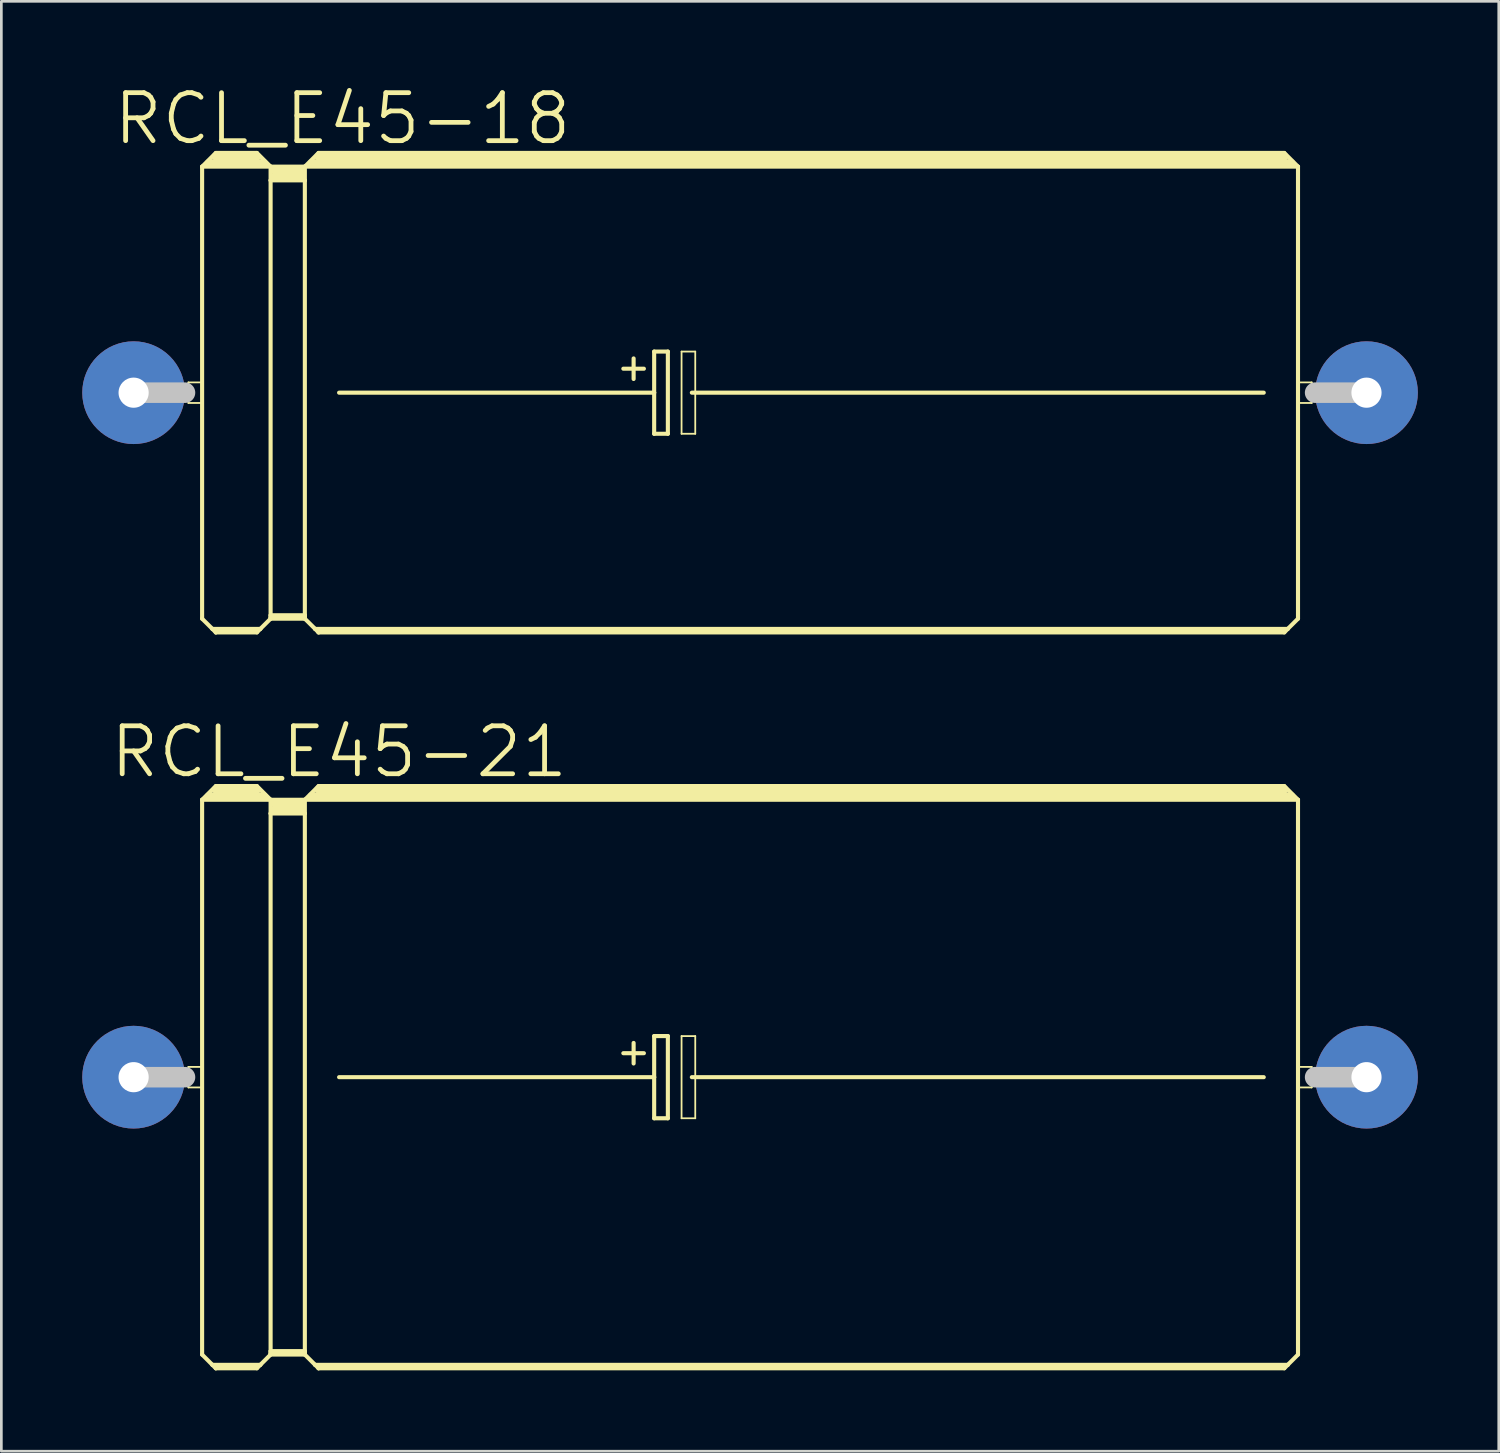
<source format=kicad_pcb>
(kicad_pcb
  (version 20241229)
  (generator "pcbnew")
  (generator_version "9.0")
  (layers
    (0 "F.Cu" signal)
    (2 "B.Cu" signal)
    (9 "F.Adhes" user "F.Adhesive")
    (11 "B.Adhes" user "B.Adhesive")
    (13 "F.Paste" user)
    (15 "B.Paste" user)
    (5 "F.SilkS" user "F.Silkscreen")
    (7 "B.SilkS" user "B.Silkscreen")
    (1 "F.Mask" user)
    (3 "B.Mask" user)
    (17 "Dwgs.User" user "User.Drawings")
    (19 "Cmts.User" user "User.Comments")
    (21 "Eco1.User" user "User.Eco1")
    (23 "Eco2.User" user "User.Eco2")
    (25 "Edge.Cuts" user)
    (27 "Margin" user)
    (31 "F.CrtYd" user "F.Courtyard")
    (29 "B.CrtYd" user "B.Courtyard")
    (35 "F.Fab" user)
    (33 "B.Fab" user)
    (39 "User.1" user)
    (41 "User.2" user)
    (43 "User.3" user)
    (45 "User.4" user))
  (footprint "RCL_E45-18"
    (layer "F.Cu")
    (at 24.765 11.512)
    (property "Reference" "RCL_E45-18" (at -15.113 -10.16 0) (layer "F.SilkS") (effects (font (size 1.778 1.778) (thickness 0.178))))
    (attr exclude_from_pos_files exclude_from_bom)
    (fp_line (start -20.828 -0.381) (end -20.32 -0.381) (stroke (width 0.066) (type solid)) (layer "F.SilkS"))
    (fp_line (start -20.828 0.381) (end -20.828 -0.381) (stroke (width 0.066) (type solid)) (layer "F.SilkS"))
    (fp_line (start -20.828 0.381) (end -20.32 0.381) (stroke (width 0.066) (type solid)) (layer "F.SilkS"))
    (fp_line (start -20.32 -8.382) (end -20.32 8.382) (stroke (width 0.152) (type solid)) (layer "F.SilkS"))
    (fp_line (start -20.32 -8.382) (end -19.812 -8.89) (stroke (width 0.152) (type solid)) (layer "F.SilkS"))
    (fp_line (start -20.32 -8.382) (end -17.78 -8.382) (stroke (width 0.152) (type solid)) (layer "F.SilkS"))
    (fp_line (start -20.32 0.381) (end -20.32 -0.381) (stroke (width 0.066) (type solid)) (layer "F.SilkS"))
    (fp_line (start -20.32 8.382) (end -19.939 8.76) (stroke (width 0.152) (type solid)) (layer "F.SilkS"))
    (fp_line (start -20.066 -8.509) (end -18.034 -8.509) (stroke (width 0.305) (type solid)) (layer "F.SilkS"))
    (fp_line (start -19.939 8.76) (end -19.812 8.89) (stroke (width 0.152) (type solid)) (layer "F.SilkS"))
    (fp_line (start -19.939 8.76) (end -18.161 8.76) (stroke (width 0.152) (type solid)) (layer "F.SilkS"))
    (fp_line (start -19.812 -8.89) (end -18.288 -8.89) (stroke (width 0.152) (type solid)) (layer "F.SilkS"))
    (fp_line (start -19.812 -8.76) (end -18.288 -8.76) (stroke (width 0.305) (type solid)) (layer "F.SilkS"))
    (fp_line (start -19.812 8.837) (end -18.288 8.837) (stroke (width 0.152) (type solid)) (layer "F.SilkS"))
    (fp_line (start -19.812 8.89) (end -19.812 8.837) (stroke (width 0.152) (type solid)) (layer "F.SilkS"))
    (fp_line (start -19.812 8.89) (end -18.288 8.89) (stroke (width 0.152) (type solid)) (layer "F.SilkS"))
    (fp_line (start -18.288 -8.89) (end -17.78 -8.382) (stroke (width 0.152) (type solid)) (layer "F.SilkS"))
    (fp_line (start -18.288 8.89) (end -18.161 8.76) (stroke (width 0.152) (type solid)) (layer "F.SilkS"))
    (fp_line (start -18.161 8.76) (end -17.78 8.382) (stroke (width 0.152) (type solid)) (layer "F.SilkS"))
    (fp_line (start -17.78 -8.382) (end -16.51 -8.382) (stroke (width 0.152) (type solid)) (layer "F.SilkS"))
    (fp_line (start -17.78 -7.874) (end -17.78 -8.382) (stroke (width 0.152) (type solid)) (layer "F.SilkS"))
    (fp_line (start -17.78 -7.874) (end -16.51 -7.874) (stroke (width 0.152) (type solid)) (layer "F.SilkS"))
    (fp_line (start -17.78 8.255) (end -17.78 -7.874) (stroke (width 0.152) (type solid)) (layer "F.SilkS"))
    (fp_line (start -17.78 8.255) (end -16.51 8.255) (stroke (width 0.152) (type solid)) (layer "F.SilkS"))
    (fp_line (start -17.78 8.331) (end -17.78 8.255) (stroke (width 0.152) (type solid)) (layer "F.SilkS"))
    (fp_line (start -17.78 8.331) (end -16.51 8.331) (stroke (width 0.152) (type solid)) (layer "F.SilkS"))
    (fp_line (start -17.78 8.382) (end -17.78 8.331) (stroke (width 0.152) (type solid)) (layer "F.SilkS"))
    (fp_line (start -17.78 8.382) (end -16.51 8.382) (stroke (width 0.152) (type solid)) (layer "F.SilkS"))
    (fp_line (start -17.65 -8.255) (end -16.637 -8.255) (stroke (width 0.305) (type solid)) (layer "F.SilkS"))
    (fp_line (start -17.65 -8.001) (end -16.637 -8.001) (stroke (width 0.305) (type solid)) (layer "F.SilkS"))
    (fp_line (start -16.51 -8.382) (end -16.002 -8.89) (stroke (width 0.152) (type solid)) (layer "F.SilkS"))
    (fp_line (start -16.51 -8.382) (end 20.32 -8.382) (stroke (width 0.152) (type solid)) (layer "F.SilkS"))
    (fp_line (start -16.51 -7.874) (end -16.51 -8.382) (stroke (width 0.152) (type solid)) (layer "F.SilkS"))
    (fp_line (start -16.51 8.255) (end -16.51 -7.874) (stroke (width 0.152) (type solid)) (layer "F.SilkS"))
    (fp_line (start -16.51 8.331) (end -16.51 8.255) (stroke (width 0.152) (type solid)) (layer "F.SilkS"))
    (fp_line (start -16.51 8.382) (end -16.51 8.331) (stroke (width 0.152) (type solid)) (layer "F.SilkS"))
    (fp_line (start -16.51 8.382) (end -16.129 8.76) (stroke (width 0.152) (type solid)) (layer "F.SilkS"))
    (fp_line (start -16.256 -8.509) (end 20.066 -8.509) (stroke (width 0.305) (type solid)) (layer "F.SilkS"))
    (fp_line (start -16.129 8.76) (end -16.002 8.89) (stroke (width 0.152) (type solid)) (layer "F.SilkS"))
    (fp_line (start -16.129 8.76) (end 19.939 8.76) (stroke (width 0.152) (type solid)) (layer "F.SilkS"))
    (fp_line (start -16.002 -8.89) (end 19.812 -8.89) (stroke (width 0.152) (type solid)) (layer "F.SilkS"))
    (fp_line (start -16.002 -8.76) (end 19.812 -8.76) (stroke (width 0.305) (type solid)) (layer "F.SilkS"))
    (fp_line (start -16.002 8.837) (end 19.812 8.837) (stroke (width 0.152) (type solid)) (layer "F.SilkS"))
    (fp_line (start -16.002 8.89) (end -16.002 8.837) (stroke (width 0.152) (type solid)) (layer "F.SilkS"))
    (fp_line (start -16.002 8.89) (end 19.812 8.89) (stroke (width 0.152) (type solid)) (layer "F.SilkS"))
    (fp_line (start -15.24 0) (end -3.556 0) (stroke (width 0.152) (type solid)) (layer "F.SilkS"))
    (fp_line (start -4.699 -0.889) (end -3.937 -0.889) (stroke (width 0.152) (type solid)) (layer "F.SilkS"))
    (fp_line (start -4.318 -1.27) (end -4.318 -0.508) (stroke (width 0.152) (type solid)) (layer "F.SilkS"))
    (fp_line (start -3.556 -1.524) (end -3.556 0) (stroke (width 0.152) (type solid)) (layer "F.SilkS"))
    (fp_line (start -3.556 0) (end -3.556 1.524) (stroke (width 0.152) (type solid)) (layer "F.SilkS"))
    (fp_line (start -3.556 1.524) (end -3.048 1.524) (stroke (width 0.152) (type solid)) (layer "F.SilkS"))
    (fp_line (start -3.048 -1.524) (end -3.556 -1.524) (stroke (width 0.152) (type solid)) (layer "F.SilkS"))
    (fp_line (start -3.048 1.524) (end -3.048 -1.524) (stroke (width 0.152) (type solid)) (layer "F.SilkS"))
    (fp_line (start -2.54 -1.524) (end -2.032 -1.524) (stroke (width 0.066) (type solid)) (layer "F.SilkS"))
    (fp_line (start -2.54 1.524) (end -2.54 -1.524) (stroke (width 0.066) (type solid)) (layer "F.SilkS"))
    (fp_line (start -2.54 1.524) (end -2.032 1.524) (stroke (width 0.066) (type solid)) (layer "F.SilkS"))
    (fp_line (start -2.159 0) (end 19.05 0) (stroke (width 0.152) (type solid)) (layer "F.SilkS"))
    (fp_line (start -2.032 1.524) (end -2.032 -1.524) (stroke (width 0.066) (type solid)) (layer "F.SilkS"))
    (fp_line (start 19.812 -8.89) (end 20.32 -8.382) (stroke (width 0.152) (type solid)) (layer "F.SilkS"))
    (fp_line (start 19.812 8.89) (end 19.939 8.76) (stroke (width 0.152) (type solid)) (layer "F.SilkS"))
    (fp_line (start 19.939 8.76) (end 20.32 8.382) (stroke (width 0.152) (type solid)) (layer "F.SilkS"))
    (fp_line (start 20.32 -8.382) (end 20.32 8.382) (stroke (width 0.152) (type solid)) (layer "F.SilkS"))
    (fp_line (start 20.32 -0.381) (end 20.828 -0.381) (stroke (width 0.066) (type solid)) (layer "F.SilkS"))
    (fp_line (start 20.32 0.381) (end 20.32 -0.381) (stroke (width 0.066) (type solid)) (layer "F.SilkS"))
    (fp_line (start 20.32 0.381) (end 20.828 0.381) (stroke (width 0.066) (type solid)) (layer "F.SilkS"))
    (fp_line (start 20.828 0.381) (end 20.828 -0.381) (stroke (width 0.066) (type solid)) (layer "F.SilkS"))
    (fp_line (start -22.86 0) (end -20.955 0) (stroke (width 0.762) (type solid)) (layer "Dwgs.User"))
    (fp_line (start 22.86 0) (end 20.955 0) (stroke (width 0.762) (type solid)) (layer "Dwgs.User"))
    (pad "+" thru_hole circle (at -22.86 0) (size 3.81 3.81) (drill 1.118) (layers "*.Cu" "*.Paste" "*.Mask"))
    (pad "-" thru_hole circle (at 22.86 0) (size 3.81 3.81) (drill 1.118) (layers "*.Cu" "*.Paste" "*.Mask")))
  (footprint "RCL_E45-21"
    (layer "F.Cu")
    (at 24.765 36.896)
    (property "Reference" "RCL_E45-21" (at -15.24 -12.065 0) (layer "F.SilkS") (effects (font (size 1.778 1.778) (thickness 0.178))))
    (attr exclude_from_pos_files exclude_from_bom)
    (fp_line (start -20.828 -0.381) (end -20.32 -0.381) (stroke (width 0.066) (type solid)) (layer "F.SilkS"))
    (fp_line (start -20.828 0.381) (end -20.828 -0.381) (stroke (width 0.066) (type solid)) (layer "F.SilkS"))
    (fp_line (start -20.828 0.381) (end -20.32 0.381) (stroke (width 0.066) (type solid)) (layer "F.SilkS"))
    (fp_line (start -20.32 -10.287) (end -20.32 10.287) (stroke (width 0.152) (type solid)) (layer "F.SilkS"))
    (fp_line (start -20.32 -10.287) (end -19.812 -10.795) (stroke (width 0.152) (type solid)) (layer "F.SilkS"))
    (fp_line (start -20.32 -10.287) (end -17.78 -10.287) (stroke (width 0.152) (type solid)) (layer "F.SilkS"))
    (fp_line (start -20.32 0.381) (end -20.32 -0.381) (stroke (width 0.066) (type solid)) (layer "F.SilkS"))
    (fp_line (start -20.32 10.287) (end -19.939 10.668) (stroke (width 0.152) (type solid)) (layer "F.SilkS"))
    (fp_line (start -20.066 -10.414) (end -18.034 -10.414) (stroke (width 0.305) (type solid)) (layer "F.SilkS"))
    (fp_line (start -19.939 10.668) (end -19.812 10.795) (stroke (width 0.152) (type solid)) (layer "F.SilkS"))
    (fp_line (start -19.939 10.668) (end -18.161 10.668) (stroke (width 0.152) (type solid)) (layer "F.SilkS"))
    (fp_line (start -19.812 -10.795) (end -18.288 -10.795) (stroke (width 0.152) (type solid)) (layer "F.SilkS"))
    (fp_line (start -19.812 -10.668) (end -18.288 -10.668) (stroke (width 0.305) (type solid)) (layer "F.SilkS"))
    (fp_line (start -19.812 10.744) (end -18.288 10.744) (stroke (width 0.152) (type solid)) (layer "F.SilkS"))
    (fp_line (start -19.812 10.795) (end -19.812 10.744) (stroke (width 0.152) (type solid)) (layer "F.SilkS"))
    (fp_line (start -19.812 10.795) (end -18.288 10.795) (stroke (width 0.152) (type solid)) (layer "F.SilkS"))
    (fp_line (start -18.288 -10.795) (end -17.78 -10.287) (stroke (width 0.152) (type solid)) (layer "F.SilkS"))
    (fp_line (start -18.288 10.795) (end -18.161 10.668) (stroke (width 0.152) (type solid)) (layer "F.SilkS"))
    (fp_line (start -18.161 10.668) (end -17.78 10.287) (stroke (width 0.152) (type solid)) (layer "F.SilkS"))
    (fp_line (start -17.78 -10.287) (end -16.51 -10.287) (stroke (width 0.152) (type solid)) (layer "F.SilkS"))
    (fp_line (start -17.78 -9.779) (end -17.78 -10.287) (stroke (width 0.152) (type solid)) (layer "F.SilkS"))
    (fp_line (start -17.78 -9.779) (end -16.51 -9.779) (stroke (width 0.152) (type solid)) (layer "F.SilkS"))
    (fp_line (start -17.78 10.16) (end -17.78 -9.779) (stroke (width 0.152) (type solid)) (layer "F.SilkS"))
    (fp_line (start -17.78 10.16) (end -16.51 10.16) (stroke (width 0.152) (type solid)) (layer "F.SilkS"))
    (fp_line (start -17.78 10.236) (end -17.78 10.16) (stroke (width 0.152) (type solid)) (layer "F.SilkS"))
    (fp_line (start -17.78 10.236) (end -16.51 10.236) (stroke (width 0.152) (type solid)) (layer "F.SilkS"))
    (fp_line (start -17.78 10.287) (end -17.78 10.236) (stroke (width 0.152) (type solid)) (layer "F.SilkS"))
    (fp_line (start -17.78 10.287) (end -16.51 10.287) (stroke (width 0.152) (type solid)) (layer "F.SilkS"))
    (fp_line (start -17.65 -10.16) (end -16.637 -10.16) (stroke (width 0.305) (type solid)) (layer "F.SilkS"))
    (fp_line (start -17.65 -9.906) (end -16.637 -9.906) (stroke (width 0.305) (type solid)) (layer "F.SilkS"))
    (fp_line (start -16.51 -10.287) (end -16.002 -10.795) (stroke (width 0.152) (type solid)) (layer "F.SilkS"))
    (fp_line (start -16.51 -10.287) (end 20.32 -10.287) (stroke (width 0.152) (type solid)) (layer "F.SilkS"))
    (fp_line (start -16.51 -9.779) (end -16.51 -10.287) (stroke (width 0.152) (type solid)) (layer "F.SilkS"))
    (fp_line (start -16.51 10.16) (end -16.51 -9.779) (stroke (width 0.152) (type solid)) (layer "F.SilkS"))
    (fp_line (start -16.51 10.236) (end -16.51 10.16) (stroke (width 0.152) (type solid)) (layer "F.SilkS"))
    (fp_line (start -16.51 10.287) (end -16.51 10.236) (stroke (width 0.152) (type solid)) (layer "F.SilkS"))
    (fp_line (start -16.51 10.287) (end -16.129 10.668) (stroke (width 0.152) (type solid)) (layer "F.SilkS"))
    (fp_line (start -16.256 -10.414) (end 20.066 -10.414) (stroke (width 0.305) (type solid)) (layer "F.SilkS"))
    (fp_line (start -16.129 10.668) (end -16.002 10.795) (stroke (width 0.152) (type solid)) (layer "F.SilkS"))
    (fp_line (start -16.129 10.668) (end 19.939 10.668) (stroke (width 0.152) (type solid)) (layer "F.SilkS"))
    (fp_line (start -16.002 -10.795) (end 19.812 -10.795) (stroke (width 0.152) (type solid)) (layer "F.SilkS"))
    (fp_line (start -16.002 -10.668) (end 19.812 -10.668) (stroke (width 0.305) (type solid)) (layer "F.SilkS"))
    (fp_line (start -16.002 10.744) (end 19.812 10.744) (stroke (width 0.152) (type solid)) (layer "F.SilkS"))
    (fp_line (start -16.002 10.795) (end -16.002 10.744) (stroke (width 0.152) (type solid)) (layer "F.SilkS"))
    (fp_line (start -16.002 10.795) (end 19.812 10.795) (stroke (width 0.152) (type solid)) (layer "F.SilkS"))
    (fp_line (start -15.24 0) (end -3.556 0) (stroke (width 0.152) (type solid)) (layer "F.SilkS"))
    (fp_line (start -4.699 -0.889) (end -3.937 -0.889) (stroke (width 0.152) (type solid)) (layer "F.SilkS"))
    (fp_line (start -4.318 -1.27) (end -4.318 -0.508) (stroke (width 0.152) (type solid)) (layer "F.SilkS"))
    (fp_line (start -3.556 -1.524) (end -3.556 0) (stroke (width 0.152) (type solid)) (layer "F.SilkS"))
    (fp_line (start -3.556 0) (end -3.556 1.524) (stroke (width 0.152) (type solid)) (layer "F.SilkS"))
    (fp_line (start -3.556 1.524) (end -3.048 1.524) (stroke (width 0.152) (type solid)) (layer "F.SilkS"))
    (fp_line (start -3.048 -1.524) (end -3.556 -1.524) (stroke (width 0.152) (type solid)) (layer "F.SilkS"))
    (fp_line (start -3.048 1.524) (end -3.048 -1.524) (stroke (width 0.152) (type solid)) (layer "F.SilkS"))
    (fp_line (start -2.54 -1.524) (end -2.032 -1.524) (stroke (width 0.066) (type solid)) (layer "F.SilkS"))
    (fp_line (start -2.54 1.524) (end -2.54 -1.524) (stroke (width 0.066) (type solid)) (layer "F.SilkS"))
    (fp_line (start -2.54 1.524) (end -2.032 1.524) (stroke (width 0.066) (type solid)) (layer "F.SilkS"))
    (fp_line (start -2.159 0) (end 19.05 0) (stroke (width 0.152) (type solid)) (layer "F.SilkS"))
    (fp_line (start -2.032 1.524) (end -2.032 -1.524) (stroke (width 0.066) (type solid)) (layer "F.SilkS"))
    (fp_line (start 19.812 -10.795) (end 20.32 -10.287) (stroke (width 0.152) (type solid)) (layer "F.SilkS"))
    (fp_line (start 19.812 10.795) (end 19.939 10.668) (stroke (width 0.152) (type solid)) (layer "F.SilkS"))
    (fp_line (start 19.939 10.668) (end 20.32 10.287) (stroke (width 0.152) (type solid)) (layer "F.SilkS"))
    (fp_line (start 20.32 -10.287) (end 20.32 10.287) (stroke (width 0.152) (type solid)) (layer "F.SilkS"))
    (fp_line (start 20.32 -0.381) (end 20.828 -0.381) (stroke (width 0.066) (type solid)) (layer "F.SilkS"))
    (fp_line (start 20.32 0.381) (end 20.32 -0.381) (stroke (width 0.066) (type solid)) (layer "F.SilkS"))
    (fp_line (start 20.32 0.381) (end 20.828 0.381) (stroke (width 0.066) (type solid)) (layer "F.SilkS"))
    (fp_line (start 20.828 0.381) (end 20.828 -0.381) (stroke (width 0.066) (type solid)) (layer "F.SilkS"))
    (fp_line (start -22.86 0) (end -20.955 0) (stroke (width 0.762) (type solid)) (layer "Dwgs.User"))
    (fp_line (start 22.86 0) (end 20.955 0) (stroke (width 0.762) (type solid)) (layer "Dwgs.User"))
    (pad "+" thru_hole circle (at -22.86 0) (size 3.81 3.81) (drill 1.118) (layers "*.Cu" "*.Paste" "*.Mask"))
    (pad "-" thru_hole circle (at 22.86 0) (size 3.81 3.81) (drill 1.118) (layers "*.Cu" "*.Paste" "*.Mask")))
  (gr_rect
    (start -3 -3)
    (end 52.53 50.767)
    (stroke (width 0.1) (type default))
    (fill no)
    (layer "Edge.Cuts")))
</source>
